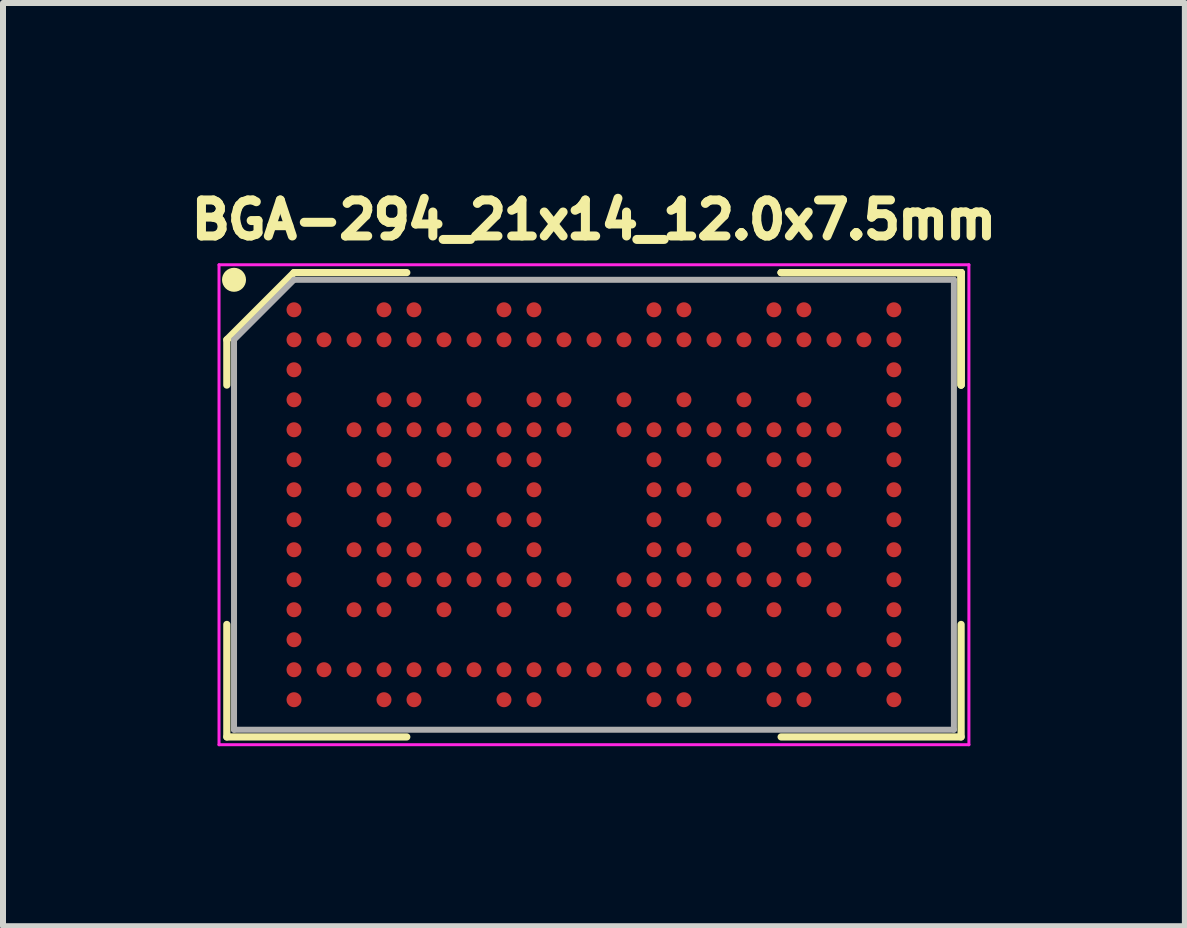
<source format=kicad_pcb>
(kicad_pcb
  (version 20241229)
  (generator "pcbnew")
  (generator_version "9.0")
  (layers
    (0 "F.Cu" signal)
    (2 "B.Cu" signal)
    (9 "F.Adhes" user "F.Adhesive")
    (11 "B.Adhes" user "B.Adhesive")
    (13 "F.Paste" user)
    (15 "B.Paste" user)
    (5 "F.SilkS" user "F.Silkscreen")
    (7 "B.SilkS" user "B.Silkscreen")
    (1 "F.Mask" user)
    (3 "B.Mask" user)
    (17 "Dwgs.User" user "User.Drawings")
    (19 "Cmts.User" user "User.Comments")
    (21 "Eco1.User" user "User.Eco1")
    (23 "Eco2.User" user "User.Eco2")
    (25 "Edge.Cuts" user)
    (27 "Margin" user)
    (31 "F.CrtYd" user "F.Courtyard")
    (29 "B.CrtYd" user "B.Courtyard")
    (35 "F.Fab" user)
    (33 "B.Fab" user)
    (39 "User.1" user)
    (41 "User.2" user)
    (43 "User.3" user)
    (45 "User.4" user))
  (footprint "BGA-294_21x14_12.0x7.5mm"
    (layer "F.Cu")
    (at 6.851 5.364)
    (property "Reference" "BGA-294_21x14_12.0x7.5mm" (at 0 -4.75 0) (layer "F.SilkS") (effects (font (size 0.6 0.6) (thickness 0.15))))
    (attr smd)
    (fp_line (start -6.12 -2.75) (end -6.12 -1.995) (stroke (width 0.12) (type solid)) (layer "F.SilkS"))
    (fp_line (start -6.12 3.87) (end -6.12 1.995) (stroke (width 0.12) (type solid)) (layer "F.SilkS"))
    (fp_line (start -5 -3.87) (end -6.12 -2.75) (stroke (width 0.12) (type solid)) (layer "F.SilkS"))
    (fp_line (start -3.12 -3.87) (end -5 -3.87) (stroke (width 0.12) (type solid)) (layer "F.SilkS"))
    (fp_line (start -3.12 3.87) (end -6.12 3.87) (stroke (width 0.12) (type solid)) (layer "F.SilkS"))
    (fp_line (start 3.12 -3.87) (end 6.12 -3.87) (stroke (width 0.12) (type solid)) (layer "F.SilkS"))
    (fp_line (start 3.12 -3.87) (end 6.12 -3.87) (stroke (width 0.12) (type solid)) (layer "F.SilkS"))
    (fp_line (start 3.12 -3.87) (end 6.12 -3.87) (stroke (width 0.12) (type solid)) (layer "F.SilkS"))
    (fp_line (start 3.12 3.87) (end 6.12 3.87) (stroke (width 0.12) (type solid)) (layer "F.SilkS"))
    (fp_line (start 6.12 -3.87) (end 6.12 -1.995) (stroke (width 0.12) (type solid)) (layer "F.SilkS"))
    (fp_line (start 6.12 -3.87) (end 6.12 -1.995) (stroke (width 0.12) (type solid)) (layer "F.SilkS"))
    (fp_line (start 6.12 -3.87) (end 6.12 -1.995) (stroke (width 0.12) (type solid)) (layer "F.SilkS"))
    (fp_line (start 6.12 3.87) (end 6.12 1.995) (stroke (width 0.12) (type solid)) (layer "F.SilkS"))
    (fp_circle (center -6 -3.75) (end -6 -3.65) (stroke (width 0.2) (type solid)) (fill no) (layer "F.SilkS"))
    (fp_line (start -6.25 -4) (end 6.25 -4) (stroke (width 0.05) (type solid)) (layer "F.CrtYd"))
    (fp_line (start -6.25 4) (end -6.25 -4) (stroke (width 0.05) (type solid)) (layer "F.CrtYd"))
    (fp_line (start 6.25 -4) (end 6.25 4) (stroke (width 0.05) (type solid)) (layer "F.CrtYd"))
    (fp_line (start 6.25 4) (end -6.25 4) (stroke (width 0.05) (type solid)) (layer "F.CrtYd"))
    (fp_line (start -6 -2.75) (end -6 3.75) (stroke (width 0.1) (type solid)) (layer "F.Fab"))
    (fp_line (start -6 3.75) (end 6 3.75) (stroke (width 0.1) (type solid)) (layer "F.Fab"))
    (fp_line (start -5 -3.75) (end -6 -2.75) (stroke (width 0.1) (type solid)) (layer "F.Fab"))
    (fp_line (start 6 -3.75) (end -5 -3.75) (stroke (width 0.1) (type solid)) (layer "F.Fab"))
    (fp_line (start 6 3.75) (end 6 -3.75) (stroke (width 0.1) (type solid)) (layer "F.Fab"))
    (pad "A1" smd circle (at -5 -3.25) (size 0.25 0.25) (layers "F.Cu" "F.Mask" "F.Paste"))
    (pad "A4" smd circle (at -3.5 -3.25) (size 0.25 0.25) (layers "F.Cu" "F.Mask" "F.Paste"))
    (pad "A5" smd circle (at -3 -3.25) (size 0.25 0.25) (layers "F.Cu" "F.Mask" "F.Paste"))
    (pad "A8" smd circle (at -1.5 -3.25) (size 0.25 0.25) (layers "F.Cu" "F.Mask" "F.Paste"))
    (pad "A9" smd circle (at -1 -3.25) (size 0.25 0.25) (layers "F.Cu" "F.Mask" "F.Paste"))
    (pad "A13" smd circle (at 1 -3.25) (size 0.25 0.25) (layers "F.Cu" "F.Mask" "F.Paste"))
    (pad "A14" smd circle (at 1.5 -3.25) (size 0.25 0.25) (layers "F.Cu" "F.Mask" "F.Paste"))
    (pad "A17" smd circle (at 3 -3.25) (size 0.25 0.25) (layers "F.Cu" "F.Mask" "F.Paste"))
    (pad "A18" smd circle (at 3.5 -3.25) (size 0.25 0.25) (layers "F.Cu" "F.Mask" "F.Paste"))
    (pad "A21" smd circle (at 5 -3.25) (size 0.25 0.25) (layers "F.Cu" "F.Mask" "F.Paste"))
    (pad "B1" smd circle (at -5 -2.75) (size 0.25 0.25) (layers "F.Cu" "F.Mask" "F.Paste"))
    (pad "B2" smd circle (at -4.5 -2.75) (size 0.25 0.25) (layers "F.Cu" "F.Mask" "F.Paste"))
    (pad "B3" smd circle (at -4 -2.75) (size 0.25 0.25) (layers "F.Cu" "F.Mask" "F.Paste"))
    (pad "B4" smd circle (at -3.5 -2.75) (size 0.25 0.25) (layers "F.Cu" "F.Mask" "F.Paste"))
    (pad "B5" smd circle (at -3 -2.75) (size 0.25 0.25) (layers "F.Cu" "F.Mask" "F.Paste"))
    (pad "B6" smd circle (at -2.5 -2.75) (size 0.25 0.25) (layers "F.Cu" "F.Mask" "F.Paste"))
    (pad "B7" smd circle (at -2 -2.75) (size 0.25 0.25) (layers "F.Cu" "F.Mask" "F.Paste"))
    (pad "B8" smd circle (at -1.5 -2.75) (size 0.25 0.25) (layers "F.Cu" "F.Mask" "F.Paste"))
    (pad "B9" smd circle (at -1 -2.75) (size 0.25 0.25) (layers "F.Cu" "F.Mask" "F.Paste"))
    (pad "B10" smd circle (at -0.5 -2.75) (size 0.25 0.25) (layers "F.Cu" "F.Mask" "F.Paste"))
    (pad "B11" smd circle (at 0 -2.75) (size 0.25 0.25) (layers "F.Cu" "F.Mask" "F.Paste"))
    (pad "B12" smd circle (at 0.5 -2.75) (size 0.25 0.25) (layers "F.Cu" "F.Mask" "F.Paste"))
    (pad "B13" smd circle (at 1 -2.75) (size 0.25 0.25) (layers "F.Cu" "F.Mask" "F.Paste"))
    (pad "B14" smd circle (at 1.5 -2.75) (size 0.25 0.25) (layers "F.Cu" "F.Mask" "F.Paste"))
    (pad "B15" smd circle (at 2 -2.75) (size 0.25 0.25) (layers "F.Cu" "F.Mask" "F.Paste"))
    (pad "B16" smd circle (at 2.5 -2.75) (size 0.25 0.25) (layers "F.Cu" "F.Mask" "F.Paste"))
    (pad "B17" smd circle (at 3 -2.75) (size 0.25 0.25) (layers "F.Cu" "F.Mask" "F.Paste"))
    (pad "B18" smd circle (at 3.5 -2.75) (size 0.25 0.25) (layers "F.Cu" "F.Mask" "F.Paste"))
    (pad "B19" smd circle (at 4 -2.75) (size 0.25 0.25) (layers "F.Cu" "F.Mask" "F.Paste"))
    (pad "B20" smd circle (at 4.5 -2.75) (size 0.25 0.25) (layers "F.Cu" "F.Mask" "F.Paste"))
    (pad "B21" smd circle (at 5 -2.75) (size 0.25 0.25) (layers "F.Cu" "F.Mask" "F.Paste"))
    (pad "C1" smd circle (at -5 -2.25) (size 0.25 0.25) (layers "F.Cu" "F.Mask" "F.Paste"))
    (pad "C21" smd circle (at 5 -2.25) (size 0.25 0.25) (layers "F.Cu" "F.Mask" "F.Paste"))
    (pad "D1" smd circle (at -5 -1.75) (size 0.25 0.25) (layers "F.Cu" "F.Mask" "F.Paste"))
    (pad "D4" smd circle (at -3.5 -1.75) (size 0.25 0.25) (layers "F.Cu" "F.Mask" "F.Paste"))
    (pad "D5" smd circle (at -3 -1.75) (size 0.25 0.25) (layers "F.Cu" "F.Mask" "F.Paste"))
    (pad "D7" smd circle (at -2 -1.75) (size 0.25 0.25) (layers "F.Cu" "F.Mask" "F.Paste"))
    (pad "D9" smd circle (at -1 -1.75) (size 0.25 0.25) (layers "F.Cu" "F.Mask" "F.Paste"))
    (pad "D10" smd circle (at -0.5 -1.75) (size 0.25 0.25) (layers "F.Cu" "F.Mask" "F.Paste"))
    (pad "D12" smd circle (at 0.5 -1.75) (size 0.25 0.25) (layers "F.Cu" "F.Mask" "F.Paste"))
    (pad "D14" smd circle (at 1.5 -1.75) (size 0.25 0.25) (layers "F.Cu" "F.Mask" "F.Paste"))
    (pad "D16" smd circle (at 2.5 -1.75) (size 0.25 0.25) (layers "F.Cu" "F.Mask" "F.Paste"))
    (pad "D18" smd circle (at 3.5 -1.75) (size 0.25 0.25) (layers "F.Cu" "F.Mask" "F.Paste"))
    (pad "D21" smd circle (at 5 -1.75) (size 0.25 0.25) (layers "F.Cu" "F.Mask" "F.Paste"))
    (pad "E1" smd circle (at -5 -1.25) (size 0.25 0.25) (layers "F.Cu" "F.Mask" "F.Paste"))
    (pad "E3" smd circle (at -4 -1.25) (size 0.25 0.25) (layers "F.Cu" "F.Mask" "F.Paste"))
    (pad "E4" smd circle (at -3.5 -1.25) (size 0.25 0.25) (layers "F.Cu" "F.Mask" "F.Paste"))
    (pad "E5" smd circle (at -3 -1.25) (size 0.25 0.25) (layers "F.Cu" "F.Mask" "F.Paste"))
    (pad "E6" smd circle (at -2.5 -1.25) (size 0.25 0.25) (layers "F.Cu" "F.Mask" "F.Paste"))
    (pad "E7" smd circle (at -2 -1.25) (size 0.25 0.25) (layers "F.Cu" "F.Mask" "F.Paste"))
    (pad "E8" smd circle (at -1.5 -1.25) (size 0.25 0.25) (layers "F.Cu" "F.Mask" "F.Paste"))
    (pad "E9" smd circle (at -1 -1.25) (size 0.25 0.25) (layers "F.Cu" "F.Mask" "F.Paste"))
    (pad "E10" smd circle (at -0.5 -1.25) (size 0.25 0.25) (layers "F.Cu" "F.Mask" "F.Paste"))
    (pad "E12" smd circle (at 0.5 -1.25) (size 0.25 0.25) (layers "F.Cu" "F.Mask" "F.Paste"))
    (pad "E13" smd circle (at 1 -1.25) (size 0.25 0.25) (layers "F.Cu" "F.Mask" "F.Paste"))
    (pad "E14" smd circle (at 1.5 -1.25) (size 0.25 0.25) (layers "F.Cu" "F.Mask" "F.Paste"))
    (pad "E15" smd circle (at 2 -1.25) (size 0.25 0.25) (layers "F.Cu" "F.Mask" "F.Paste"))
    (pad "E16" smd circle (at 2.5 -1.25) (size 0.25 0.25) (layers "F.Cu" "F.Mask" "F.Paste"))
    (pad "E17" smd circle (at 3 -1.25) (size 0.25 0.25) (layers "F.Cu" "F.Mask" "F.Paste"))
    (pad "E18" smd circle (at 3.5 -1.25) (size 0.25 0.25) (layers "F.Cu" "F.Mask" "F.Paste"))
    (pad "E19" smd circle (at 4 -1.25) (size 0.25 0.25) (layers "F.Cu" "F.Mask" "F.Paste"))
    (pad "E21" smd circle (at 5 -1.25) (size 0.25 0.25) (layers "F.Cu" "F.Mask" "F.Paste"))
    (pad "F1" smd circle (at -5 -0.75) (size 0.25 0.25) (layers "F.Cu" "F.Mask" "F.Paste"))
    (pad "F4" smd circle (at -3.5 -0.75) (size 0.25 0.25) (layers "F.Cu" "F.Mask" "F.Paste"))
    (pad "F6" smd circle (at -2.5 -0.75) (size 0.25 0.25) (layers "F.Cu" "F.Mask" "F.Paste"))
    (pad "F8" smd circle (at -1.5 -0.75) (size 0.25 0.25) (layers "F.Cu" "F.Mask" "F.Paste"))
    (pad "F9" smd circle (at -1 -0.75) (size 0.25 0.25) (layers "F.Cu" "F.Mask" "F.Paste"))
    (pad "F13" smd circle (at 1 -0.75) (size 0.25 0.25) (layers "F.Cu" "F.Mask" "F.Paste"))
    (pad "F15" smd circle (at 2 -0.75) (size 0.25 0.25) (layers "F.Cu" "F.Mask" "F.Paste"))
    (pad "F17" smd circle (at 3 -0.75) (size 0.25 0.25) (layers "F.Cu" "F.Mask" "F.Paste"))
    (pad "F18" smd circle (at 3.5 -0.75) (size 0.25 0.25) (layers "F.Cu" "F.Mask" "F.Paste"))
    (pad "F21" smd circle (at 5 -0.75) (size 0.25 0.25) (layers "F.Cu" "F.Mask" "F.Paste"))
    (pad "G1" smd circle (at -5 -0.25) (size 0.25 0.25) (layers "F.Cu" "F.Mask" "F.Paste"))
    (pad "G3" smd circle (at -4 -0.25) (size 0.25 0.25) (layers "F.Cu" "F.Mask" "F.Paste"))
    (pad "G4" smd circle (at -3.5 -0.25) (size 0.25 0.25) (layers "F.Cu" "F.Mask" "F.Paste"))
    (pad "G5" smd circle (at -3 -0.25) (size 0.25 0.25) (layers "F.Cu" "F.Mask" "F.Paste"))
    (pad "G7" smd circle (at -2 -0.25) (size 0.25 0.25) (layers "F.Cu" "F.Mask" "F.Paste"))
    (pad "G9" smd circle (at -1 -0.25) (size 0.25 0.25) (layers "F.Cu" "F.Mask" "F.Paste"))
    (pad "G13" smd circle (at 1 -0.25) (size 0.25 0.25) (layers "F.Cu" "F.Mask" "F.Paste"))
    (pad "G14" smd circle (at 1.5 -0.25) (size 0.25 0.25) (layers "F.Cu" "F.Mask" "F.Paste"))
    (pad "G16" smd circle (at 2.5 -0.25) (size 0.25 0.25) (layers "F.Cu" "F.Mask" "F.Paste"))
    (pad "G18" smd circle (at 3.5 -0.25) (size 0.25 0.25) (layers "F.Cu" "F.Mask" "F.Paste"))
    (pad "G19" smd circle (at 4 -0.25) (size 0.25 0.25) (layers "F.Cu" "F.Mask" "F.Paste"))
    (pad "G21" smd circle (at 5 -0.25) (size 0.25 0.25) (layers "F.Cu" "F.Mask" "F.Paste"))
    (pad "H1" smd circle (at -5 0.25) (size 0.25 0.25) (layers "F.Cu" "F.Mask" "F.Paste"))
    (pad "H4" smd circle (at -3.5 0.25) (size 0.25 0.25) (layers "F.Cu" "F.Mask" "F.Paste"))
    (pad "H6" smd circle (at -2.5 0.25) (size 0.25 0.25) (layers "F.Cu" "F.Mask" "F.Paste"))
    (pad "H8" smd circle (at -1.5 0.25) (size 0.25 0.25) (layers "F.Cu" "F.Mask" "F.Paste"))
    (pad "H9" smd circle (at -1 0.25) (size 0.25 0.25) (layers "F.Cu" "F.Mask" "F.Paste"))
    (pad "H13" smd circle (at 1 0.25) (size 0.25 0.25) (layers "F.Cu" "F.Mask" "F.Paste"))
    (pad "H15" smd circle (at 2 0.25) (size 0.25 0.25) (layers "F.Cu" "F.Mask" "F.Paste"))
    (pad "H17" smd circle (at 3 0.25) (size 0.25 0.25) (layers "F.Cu" "F.Mask" "F.Paste"))
    (pad "H18" smd circle (at 3.5 0.25) (size 0.25 0.25) (layers "F.Cu" "F.Mask" "F.Paste"))
    (pad "H21" smd circle (at 5 0.25) (size 0.25 0.25) (layers "F.Cu" "F.Mask" "F.Paste"))
    (pad "J1" smd circle (at -5 0.75) (size 0.25 0.25) (layers "F.Cu" "F.Mask" "F.Paste"))
    (pad "J3" smd circle (at -4 0.75) (size 0.25 0.25) (layers "F.Cu" "F.Mask" "F.Paste"))
    (pad "J4" smd circle (at -3.5 0.75) (size 0.25 0.25) (layers "F.Cu" "F.Mask" "F.Paste"))
    (pad "J5" smd circle (at -3 0.75) (size 0.25 0.25) (layers "F.Cu" "F.Mask" "F.Paste"))
    (pad "J7" smd circle (at -2 0.75) (size 0.25 0.25) (layers "F.Cu" "F.Mask" "F.Paste"))
    (pad "J9" smd circle (at -1 0.75) (size 0.25 0.25) (layers "F.Cu" "F.Mask" "F.Paste"))
    (pad "J13" smd circle (at 1 0.75) (size 0.25 0.25) (layers "F.Cu" "F.Mask" "F.Paste"))
    (pad "J14" smd circle (at 1.5 0.75) (size 0.25 0.25) (layers "F.Cu" "F.Mask" "F.Paste"))
    (pad "J16" smd circle (at 2.5 0.75) (size 0.25 0.25) (layers "F.Cu" "F.Mask" "F.Paste"))
    (pad "J18" smd circle (at 3.5 0.75) (size 0.25 0.25) (layers "F.Cu" "F.Mask" "F.Paste"))
    (pad "J19" smd circle (at 4 0.75) (size 0.25 0.25) (layers "F.Cu" "F.Mask" "F.Paste"))
    (pad "J21" smd circle (at 5 0.75) (size 0.25 0.25) (layers "F.Cu" "F.Mask" "F.Paste"))
    (pad "K1" smd circle (at -5 1.25) (size 0.25 0.25) (layers "F.Cu" "F.Mask" "F.Paste"))
    (pad "K4" smd circle (at -3.5 1.25) (size 0.25 0.25) (layers "F.Cu" "F.Mask" "F.Paste"))
    (pad "K5" smd circle (at -3 1.25) (size 0.25 0.25) (layers "F.Cu" "F.Mask" "F.Paste"))
    (pad "K6" smd circle (at -2.5 1.25) (size 0.25 0.25) (layers "F.Cu" "F.Mask" "F.Paste"))
    (pad "K7" smd circle (at -2 1.25) (size 0.25 0.25) (layers "F.Cu" "F.Mask" "F.Paste"))
    (pad "K8" smd circle (at -1.5 1.25) (size 0.25 0.25) (layers "F.Cu" "F.Mask" "F.Paste"))
    (pad "K9" smd circle (at -1 1.25) (size 0.25 0.25) (layers "F.Cu" "F.Mask" "F.Paste"))
    (pad "K10" smd circle (at -0.5 1.25) (size 0.25 0.25) (layers "F.Cu" "F.Mask" "F.Paste"))
    (pad "K12" smd circle (at 0.5 1.25) (size 0.25 0.25) (layers "F.Cu" "F.Mask" "F.Paste"))
    (pad "K13" smd circle (at 1 1.25) (size 0.25 0.25) (layers "F.Cu" "F.Mask" "F.Paste"))
    (pad "K14" smd circle (at 1.5 1.25) (size 0.25 0.25) (layers "F.Cu" "F.Mask" "F.Paste"))
    (pad "K15" smd circle (at 2 1.25) (size 0.25 0.25) (layers "F.Cu" "F.Mask" "F.Paste"))
    (pad "K16" smd circle (at 2.5 1.25) (size 0.25 0.25) (layers "F.Cu" "F.Mask" "F.Paste"))
    (pad "K17" smd circle (at 3 1.25) (size 0.25 0.25) (layers "F.Cu" "F.Mask" "F.Paste"))
    (pad "K18" smd circle (at 3.5 1.25) (size 0.25 0.25) (layers "F.Cu" "F.Mask" "F.Paste"))
    (pad "K21" smd circle (at 5 1.25) (size 0.25 0.25) (layers "F.Cu" "F.Mask" "F.Paste"))
    (pad "L1" smd circle (at -5 1.75) (size 0.25 0.25) (layers "F.Cu" "F.Mask" "F.Paste"))
    (pad "L3" smd circle (at -4 1.75) (size 0.25 0.25) (layers "F.Cu" "F.Mask" "F.Paste"))
    (pad "L4" smd circle (at -3.5 1.75) (size 0.25 0.25) (layers "F.Cu" "F.Mask" "F.Paste"))
    (pad "L6" smd circle (at -2.5 1.75) (size 0.25 0.25) (layers "F.Cu" "F.Mask" "F.Paste"))
    (pad "L8" smd circle (at -1.5 1.75) (size 0.25 0.25) (layers "F.Cu" "F.Mask" "F.Paste"))
    (pad "L10" smd circle (at -0.5 1.75) (size 0.25 0.25) (layers "F.Cu" "F.Mask" "F.Paste"))
    (pad "L12" smd circle (at 0.5 1.75) (size 0.25 0.25) (layers "F.Cu" "F.Mask" "F.Paste"))
    (pad "L13" smd circle (at 1 1.75) (size 0.25 0.25) (layers "F.Cu" "F.Mask" "F.Paste"))
    (pad "L15" smd circle (at 2 1.75) (size 0.25 0.25) (layers "F.Cu" "F.Mask" "F.Paste"))
    (pad "L17" smd circle (at 3 1.75) (size 0.25 0.25) (layers "F.Cu" "F.Mask" "F.Paste"))
    (pad "L19" smd circle (at 4 1.75) (size 0.25 0.25) (layers "F.Cu" "F.Mask" "F.Paste"))
    (pad "L21" smd circle (at 5 1.75) (size 0.25 0.25) (layers "F.Cu" "F.Mask" "F.Paste"))
    (pad "M1" smd circle (at -5 2.25) (size 0.25 0.25) (layers "F.Cu" "F.Mask" "F.Paste"))
    (pad "M21" smd circle (at 5 2.25) (size 0.25 0.25) (layers "F.Cu" "F.Mask" "F.Paste"))
    (pad "N1" smd circle (at -5 2.75) (size 0.25 0.25) (layers "F.Cu" "F.Mask" "F.Paste"))
    (pad "N2" smd circle (at -4.5 2.75) (size 0.25 0.25) (layers "F.Cu" "F.Mask" "F.Paste"))
    (pad "N3" smd circle (at -4 2.75) (size 0.25 0.25) (layers "F.Cu" "F.Mask" "F.Paste"))
    (pad "N4" smd circle (at -3.5 2.75) (size 0.25 0.25) (layers "F.Cu" "F.Mask" "F.Paste"))
    (pad "N5" smd circle (at -3 2.75) (size 0.25 0.25) (layers "F.Cu" "F.Mask" "F.Paste"))
    (pad "N6" smd circle (at -2.5 2.75) (size 0.25 0.25) (layers "F.Cu" "F.Mask" "F.Paste"))
    (pad "N7" smd circle (at -2 2.75) (size 0.25 0.25) (layers "F.Cu" "F.Mask" "F.Paste"))
    (pad "N8" smd circle (at -1.5 2.75) (size 0.25 0.25) (layers "F.Cu" "F.Mask" "F.Paste"))
    (pad "N9" smd circle (at -1 2.75) (size 0.25 0.25) (layers "F.Cu" "F.Mask" "F.Paste"))
    (pad "N10" smd circle (at -0.5 2.75) (size 0.25 0.25) (layers "F.Cu" "F.Mask" "F.Paste"))
    (pad "N11" smd circle (at 0 2.75) (size 0.25 0.25) (layers "F.Cu" "F.Mask" "F.Paste"))
    (pad "N12" smd circle (at 0.5 2.75) (size 0.25 0.25) (layers "F.Cu" "F.Mask" "F.Paste"))
    (pad "N13" smd circle (at 1 2.75) (size 0.25 0.25) (layers "F.Cu" "F.Mask" "F.Paste"))
    (pad "N14" smd circle (at 1.5 2.75) (size 0.25 0.25) (layers "F.Cu" "F.Mask" "F.Paste"))
    (pad "N15" smd circle (at 2 2.75) (size 0.25 0.25) (layers "F.Cu" "F.Mask" "F.Paste"))
    (pad "N16" smd circle (at 2.5 2.75) (size 0.25 0.25) (layers "F.Cu" "F.Mask" "F.Paste"))
    (pad "N17" smd circle (at 3 2.75) (size 0.25 0.25) (layers "F.Cu" "F.Mask" "F.Paste"))
    (pad "N18" smd circle (at 3.5 2.75) (size 0.25 0.25) (layers "F.Cu" "F.Mask" "F.Paste"))
    (pad "N19" smd circle (at 4 2.75) (size 0.25 0.25) (layers "F.Cu" "F.Mask" "F.Paste"))
    (pad "N20" smd circle (at 4.5 2.75) (size 0.25 0.25) (layers "F.Cu" "F.Mask" "F.Paste"))
    (pad "N21" smd circle (at 5 2.75) (size 0.25 0.25) (layers "F.Cu" "F.Mask" "F.Paste"))
    (pad "P1" smd circle (at -5 3.25) (size 0.25 0.25) (layers "F.Cu" "F.Mask" "F.Paste"))
    (pad "P4" smd circle (at -3.5 3.25) (size 0.25 0.25) (layers "F.Cu" "F.Mask" "F.Paste"))
    (pad "P5" smd circle (at -3 3.25) (size 0.25 0.25) (layers "F.Cu" "F.Mask" "F.Paste"))
    (pad "P8" smd circle (at -1.5 3.25) (size 0.25 0.25) (layers "F.Cu" "F.Mask" "F.Paste"))
    (pad "P9" smd circle (at -1 3.25) (size 0.25 0.25) (layers "F.Cu" "F.Mask" "F.Paste"))
    (pad "P13" smd circle (at 1 3.25) (size 0.25 0.25) (layers "F.Cu" "F.Mask" "F.Paste"))
    (pad "P14" smd circle (at 1.5 3.25) (size 0.25 0.25) (layers "F.Cu" "F.Mask" "F.Paste"))
    (pad "P17" smd circle (at 3 3.25) (size 0.25 0.25) (layers "F.Cu" "F.Mask" "F.Paste"))
    (pad "P18" smd circle (at 3.5 3.25) (size 0.25 0.25) (layers "F.Cu" "F.Mask" "F.Paste"))
    (pad "P21" smd circle (at 5 3.25) (size 0.25 0.25) (layers "F.Cu" "F.Mask" "F.Paste")))
  (gr_rect
    (start -3 -3)
    (end 16.701 12.389)
    (stroke (width 0.1) (type default))
    (fill no)
    (layer "Edge.Cuts")))
</source>
